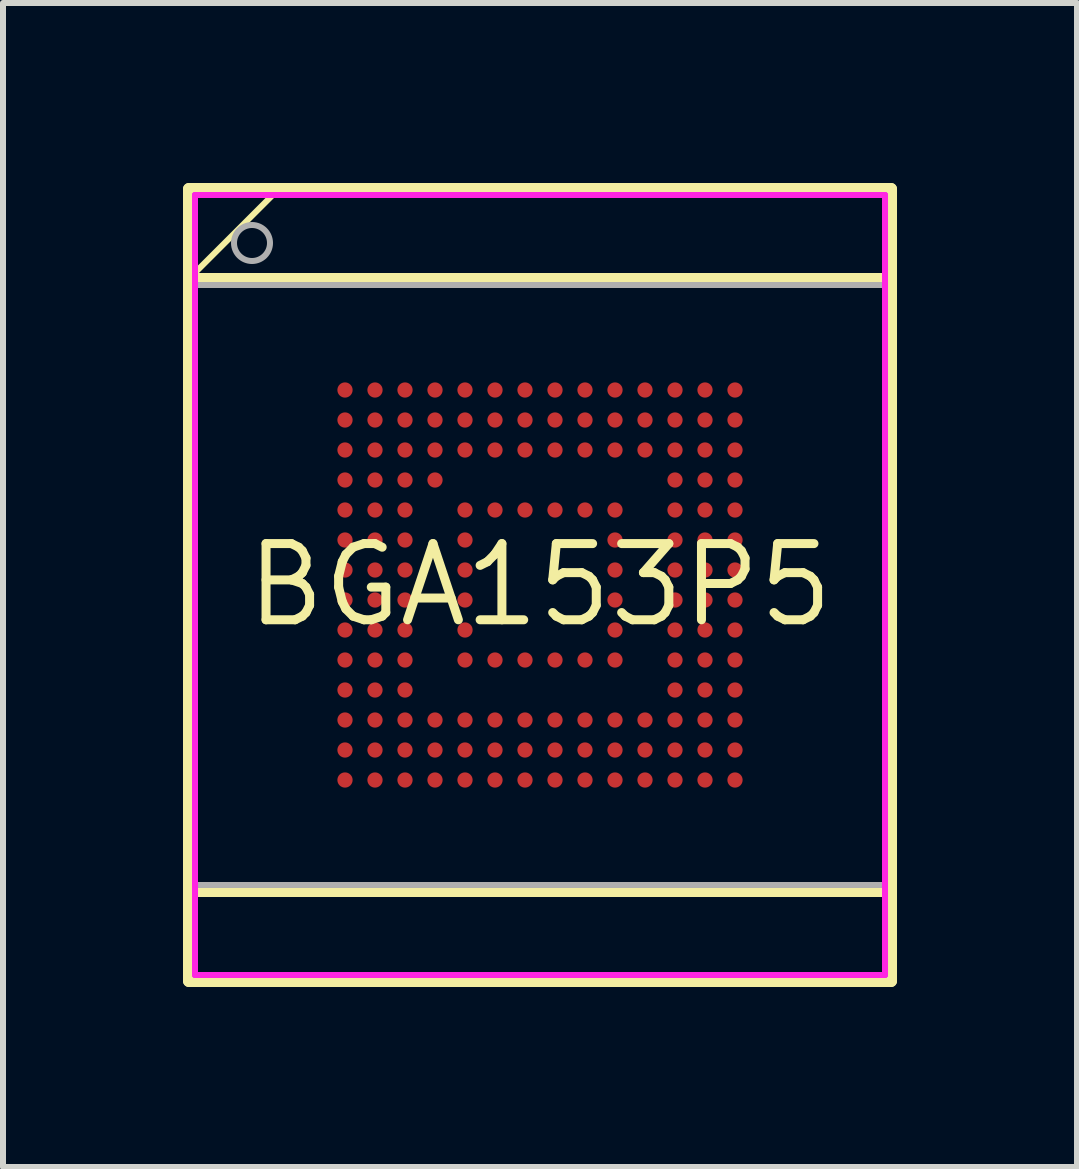
<source format=kicad_pcb>
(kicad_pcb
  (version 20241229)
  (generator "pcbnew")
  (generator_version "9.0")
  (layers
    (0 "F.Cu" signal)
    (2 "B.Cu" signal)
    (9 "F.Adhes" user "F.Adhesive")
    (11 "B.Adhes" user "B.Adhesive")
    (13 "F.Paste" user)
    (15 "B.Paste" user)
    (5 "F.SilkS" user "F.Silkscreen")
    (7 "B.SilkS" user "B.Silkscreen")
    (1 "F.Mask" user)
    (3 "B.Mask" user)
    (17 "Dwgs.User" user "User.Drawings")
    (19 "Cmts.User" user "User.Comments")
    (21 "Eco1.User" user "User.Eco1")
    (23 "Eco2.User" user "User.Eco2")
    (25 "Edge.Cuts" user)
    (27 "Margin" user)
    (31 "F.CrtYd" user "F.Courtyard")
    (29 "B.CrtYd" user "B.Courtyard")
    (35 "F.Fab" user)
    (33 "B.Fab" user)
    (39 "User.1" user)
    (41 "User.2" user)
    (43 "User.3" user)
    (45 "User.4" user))
  (footprint "BGA153P5"
    (layer "F.Cu")
    (at 5.95 6.7)
    (property "Reference" "BGA153P5" (at 0 0 0) (layer "F.SilkS") (effects (font (size 1.27 1.27) (thickness 0.15))))
    (fp_line (start -5.85 -6.6) (end -5.85 6.6) (stroke (width 0.2) (type solid)) (layer "F.SilkS"))
    (fp_line (start -5.85 5.1) (end 5.85 5.1) (stroke (width 0.2) (type solid)) (layer "F.SilkS"))
    (fp_line (start -5.85 6.6) (end 5.85 6.6) (stroke (width 0.2) (type solid)) (layer "F.SilkS"))
    (fp_line (start -5.822 -6.584) (end -5.822 -5.133) (stroke (width 0.1) (type solid)) (layer "F.SilkS"))
    (fp_line (start -5.822 -5.133) (end -4.371 -6.584) (stroke (width 0.1) (type solid)) (layer "F.SilkS"))
    (fp_line (start -4.371 -6.584) (end -5.822 -6.584) (stroke (width 0.1) (type solid)) (layer "F.SilkS"))
    (fp_line (start 5.85 -6.6) (end -5.85 -6.6) (stroke (width 0.2) (type solid)) (layer "F.SilkS"))
    (fp_line (start 5.85 -5.1) (end -5.85 -5.1) (stroke (width 0.2) (type solid)) (layer "F.SilkS"))
    (fp_line (start 5.85 6.6) (end 5.85 -6.6) (stroke (width 0.2) (type solid)) (layer "F.SilkS"))
    (fp_line (start -5.75 -6.5) (end 5.75 -6.5) (stroke (width 0.1) (type solid)) (layer "F.CrtYd"))
    (fp_line (start -5.75 6.5) (end -5.75 -6.5) (stroke (width 0.1) (type solid)) (layer "F.CrtYd"))
    (fp_line (start 5.75 -6.5) (end 5.75 6.5) (stroke (width 0.1) (type solid)) (layer "F.CrtYd"))
    (fp_line (start 5.75 6.5) (end -5.75 6.5) (stroke (width 0.1) (type solid)) (layer "F.CrtYd"))
    (fp_line (start -5.75 -6.5) (end 5.75 -6.5) (stroke (width 0.1) (type solid)) (layer "F.Fab"))
    (fp_line (start -5.75 -5) (end 5.75 -5) (stroke (width 0.1) (type solid)) (layer "F.Fab"))
    (fp_line (start -5.75 6.5) (end -5.75 -6.5) (stroke (width 0.1) (type solid)) (layer "F.Fab"))
    (fp_line (start 5.75 -6.5) (end 5.75 6.5) (stroke (width 0.1) (type solid)) (layer "F.Fab"))
    (fp_line (start 5.75 5) (end -5.75 5) (stroke (width 0.1) (type solid)) (layer "F.Fab"))
    (fp_line (start 5.75 6.5) (end -5.75 6.5) (stroke (width 0.1) (type solid)) (layer "F.Fab"))
    (fp_arc (start -4.500017 -5.699989) (mid -5.099967 -5.699981) (end -4.500017 -5.699989) (stroke (width 0.1) (type solid)) (layer "F.Fab"))
    (pad "A1" smd circle (at -3.25 -3.25) (size 0.254 0.254) (layers "F.Cu" "F.Mask" "F.Paste"))
    (pad "A2" smd circle (at -2.75 -3.25) (size 0.254 0.254) (layers "F.Cu" "F.Mask" "F.Paste"))
    (pad "A3" smd circle (at -2.25 -3.25) (size 0.254 0.254) (layers "F.Cu" "F.Mask" "F.Paste"))
    (pad "A4" smd circle (at -1.75 -3.25) (size 0.254 0.254) (layers "F.Cu" "F.Mask" "F.Paste"))
    (pad "A5" smd circle (at -1.25 -3.25) (size 0.254 0.254) (layers "F.Cu" "F.Mask" "F.Paste"))
    (pad "A6" smd circle (at -0.75 -3.25) (size 0.254 0.254) (layers "F.Cu" "F.Mask" "F.Paste"))
    (pad "A7" smd circle (at -0.25 -3.25) (size 0.254 0.254) (layers "F.Cu" "F.Mask" "F.Paste"))
    (pad "A8" smd circle (at 0.25 -3.25) (size 0.254 0.254) (layers "F.Cu" "F.Mask" "F.Paste"))
    (pad "A9" smd circle (at 0.75 -3.25) (size 0.254 0.254) (layers "F.Cu" "F.Mask" "F.Paste"))
    (pad "A10" smd circle (at 1.25 -3.25) (size 0.254 0.254) (layers "F.Cu" "F.Mask" "F.Paste"))
    (pad "A11" smd circle (at 1.75 -3.25) (size 0.254 0.254) (layers "F.Cu" "F.Mask" "F.Paste"))
    (pad "A12" smd circle (at 2.25 -3.25) (size 0.254 0.254) (layers "F.Cu" "F.Mask" "F.Paste"))
    (pad "A13" smd circle (at 2.75 -3.25) (size 0.254 0.254) (layers "F.Cu" "F.Mask" "F.Paste"))
    (pad "A14" smd circle (at 3.25 -3.25) (size 0.254 0.254) (layers "F.Cu" "F.Mask" "F.Paste"))
    (pad "B1" smd circle (at -3.25 -2.75) (size 0.254 0.254) (layers "F.Cu" "F.Mask" "F.Paste"))
    (pad "B2" smd circle (at -2.75 -2.75) (size 0.254 0.254) (layers "F.Cu" "F.Mask" "F.Paste"))
    (pad "B3" smd circle (at -2.25 -2.75) (size 0.254 0.254) (layers "F.Cu" "F.Mask" "F.Paste"))
    (pad "B4" smd circle (at -1.75 -2.75) (size 0.254 0.254) (layers "F.Cu" "F.Mask" "F.Paste"))
    (pad "B5" smd circle (at -1.25 -2.75) (size 0.254 0.254) (layers "F.Cu" "F.Mask" "F.Paste"))
    (pad "B6" smd circle (at -0.75 -2.75) (size 0.254 0.254) (layers "F.Cu" "F.Mask" "F.Paste"))
    (pad "B7" smd circle (at -0.25 -2.75) (size 0.254 0.254) (layers "F.Cu" "F.Mask" "F.Paste"))
    (pad "B8" smd circle (at 0.25 -2.75) (size 0.254 0.254) (layers "F.Cu" "F.Mask" "F.Paste"))
    (pad "B9" smd circle (at 0.75 -2.75) (size 0.254 0.254) (layers "F.Cu" "F.Mask" "F.Paste"))
    (pad "B10" smd circle (at 1.25 -2.75) (size 0.254 0.254) (layers "F.Cu" "F.Mask" "F.Paste"))
    (pad "B11" smd circle (at 1.75 -2.75) (size 0.254 0.254) (layers "F.Cu" "F.Mask" "F.Paste"))
    (pad "B12" smd circle (at 2.25 -2.75) (size 0.254 0.254) (layers "F.Cu" "F.Mask" "F.Paste"))
    (pad "B13" smd circle (at 2.75 -2.75) (size 0.254 0.254) (layers "F.Cu" "F.Mask" "F.Paste"))
    (pad "B14" smd circle (at 3.25 -2.75) (size 0.254 0.254) (layers "F.Cu" "F.Mask" "F.Paste"))
    (pad "C1" smd circle (at -3.25 -2.25) (size 0.254 0.254) (layers "F.Cu" "F.Mask" "F.Paste"))
    (pad "C2" smd circle (at -2.75 -2.25) (size 0.254 0.254) (layers "F.Cu" "F.Mask" "F.Paste"))
    (pad "C3" smd circle (at -2.25 -2.25) (size 0.254 0.254) (layers "F.Cu" "F.Mask" "F.Paste"))
    (pad "C4" smd circle (at -1.75 -2.25) (size 0.254 0.254) (layers "F.Cu" "F.Mask" "F.Paste"))
    (pad "C5" smd circle (at -1.25 -2.25) (size 0.254 0.254) (layers "F.Cu" "F.Mask" "F.Paste"))
    (pad "C6" smd circle (at -0.75 -2.25) (size 0.254 0.254) (layers "F.Cu" "F.Mask" "F.Paste"))
    (pad "C7" smd circle (at -0.25 -2.25) (size 0.254 0.254) (layers "F.Cu" "F.Mask" "F.Paste"))
    (pad "C8" smd circle (at 0.25 -2.25) (size 0.254 0.254) (layers "F.Cu" "F.Mask" "F.Paste"))
    (pad "C9" smd circle (at 0.75 -2.25) (size 0.254 0.254) (layers "F.Cu" "F.Mask" "F.Paste"))
    (pad "C10" smd circle (at 1.25 -2.25) (size 0.254 0.254) (layers "F.Cu" "F.Mask" "F.Paste"))
    (pad "C11" smd circle (at 1.75 -2.25) (size 0.254 0.254) (layers "F.Cu" "F.Mask" "F.Paste"))
    (pad "C12" smd circle (at 2.25 -2.25) (size 0.254 0.254) (layers "F.Cu" "F.Mask" "F.Paste"))
    (pad "C13" smd circle (at 2.75 -2.25) (size 0.254 0.254) (layers "F.Cu" "F.Mask" "F.Paste"))
    (pad "C14" smd circle (at 3.25 -2.25) (size 0.254 0.254) (layers "F.Cu" "F.Mask" "F.Paste"))
    (pad "D1" smd circle (at -3.25 -1.75) (size 0.254 0.254) (layers "F.Cu" "F.Mask" "F.Paste"))
    (pad "D2" smd circle (at -2.75 -1.75) (size 0.254 0.254) (layers "F.Cu" "F.Mask" "F.Paste"))
    (pad "D3" smd circle (at -2.25 -1.75) (size 0.254 0.254) (layers "F.Cu" "F.Mask" "F.Paste"))
    (pad "D4" smd circle (at -1.75 -1.75) (size 0.254 0.254) (layers "F.Cu" "F.Mask" "F.Paste"))
    (pad "D12" smd circle (at 2.25 -1.75) (size 0.254 0.254) (layers "F.Cu" "F.Mask" "F.Paste"))
    (pad "D13" smd circle (at 2.75 -1.75) (size 0.254 0.254) (layers "F.Cu" "F.Mask" "F.Paste"))
    (pad "D14" smd circle (at 3.25 -1.75) (size 0.254 0.254) (layers "F.Cu" "F.Mask" "F.Paste"))
    (pad "E1" smd circle (at -3.25 -1.25) (size 0.254 0.254) (layers "F.Cu" "F.Mask" "F.Paste"))
    (pad "E2" smd circle (at -2.75 -1.25) (size 0.254 0.254) (layers "F.Cu" "F.Mask" "F.Paste"))
    (pad "E3" smd circle (at -2.25 -1.25) (size 0.254 0.254) (layers "F.Cu" "F.Mask" "F.Paste"))
    (pad "E5" smd circle (at -1.25 -1.25) (size 0.254 0.254) (layers "F.Cu" "F.Mask" "F.Paste"))
    (pad "E6" smd circle (at -0.75 -1.25) (size 0.254 0.254) (layers "F.Cu" "F.Mask" "F.Paste"))
    (pad "E7" smd circle (at -0.25 -1.25) (size 0.254 0.254) (layers "F.Cu" "F.Mask" "F.Paste"))
    (pad "E8" smd circle (at 0.25 -1.25) (size 0.254 0.254) (layers "F.Cu" "F.Mask" "F.Paste"))
    (pad "E9" smd circle (at 0.75 -1.25) (size 0.254 0.254) (layers "F.Cu" "F.Mask" "F.Paste"))
    (pad "E10" smd circle (at 1.25 -1.25) (size 0.254 0.254) (layers "F.Cu" "F.Mask" "F.Paste"))
    (pad "E12" smd circle (at 2.25 -1.25) (size 0.254 0.254) (layers "F.Cu" "F.Mask" "F.Paste"))
    (pad "E13" smd circle (at 2.75 -1.25) (size 0.254 0.254) (layers "F.Cu" "F.Mask" "F.Paste"))
    (pad "E14" smd circle (at 3.25 -1.25) (size 0.254 0.254) (layers "F.Cu" "F.Mask" "F.Paste"))
    (pad "F1" smd circle (at -3.25 -0.75) (size 0.254 0.254) (layers "F.Cu" "F.Mask" "F.Paste"))
    (pad "F2" smd circle (at -2.75 -0.75) (size 0.254 0.254) (layers "F.Cu" "F.Mask" "F.Paste"))
    (pad "F3" smd circle (at -2.25 -0.75) (size 0.254 0.254) (layers "F.Cu" "F.Mask" "F.Paste"))
    (pad "F5" smd circle (at -1.25 -0.75) (size 0.254 0.254) (layers "F.Cu" "F.Mask" "F.Paste"))
    (pad "F10" smd circle (at 1.25 -0.75) (size 0.254 0.254) (layers "F.Cu" "F.Mask" "F.Paste"))
    (pad "F12" smd circle (at 2.25 -0.75) (size 0.254 0.254) (layers "F.Cu" "F.Mask" "F.Paste"))
    (pad "F13" smd circle (at 2.75 -0.75) (size 0.254 0.254) (layers "F.Cu" "F.Mask" "F.Paste"))
    (pad "F14" smd circle (at 3.25 -0.75) (size 0.254 0.254) (layers "F.Cu" "F.Mask" "F.Paste"))
    (pad "G1" smd circle (at -3.25 -0.25) (size 0.254 0.254) (layers "F.Cu" "F.Mask" "F.Paste"))
    (pad "G2" smd circle (at -2.75 -0.25) (size 0.254 0.254) (layers "F.Cu" "F.Mask" "F.Paste"))
    (pad "G3" smd circle (at -2.25 -0.25) (size 0.254 0.254) (layers "F.Cu" "F.Mask" "F.Paste"))
    (pad "G5" smd circle (at -1.25 -0.25) (size 0.254 0.254) (layers "F.Cu" "F.Mask" "F.Paste"))
    (pad "G10" smd circle (at 1.25 -0.25) (size 0.254 0.254) (layers "F.Cu" "F.Mask" "F.Paste"))
    (pad "G12" smd circle (at 2.25 -0.25) (size 0.254 0.254) (layers "F.Cu" "F.Mask" "F.Paste"))
    (pad "G13" smd circle (at 2.75 -0.25) (size 0.254 0.254) (layers "F.Cu" "F.Mask" "F.Paste"))
    (pad "G14" smd circle (at 3.25 -0.25) (size 0.254 0.254) (layers "F.Cu" "F.Mask" "F.Paste"))
    (pad "H1" smd circle (at -3.25 0.25) (size 0.254 0.254) (layers "F.Cu" "F.Mask" "F.Paste"))
    (pad "H2" smd circle (at -2.75 0.25) (size 0.254 0.254) (layers "F.Cu" "F.Mask" "F.Paste"))
    (pad "H3" smd circle (at -2.25 0.25) (size 0.254 0.254) (layers "F.Cu" "F.Mask" "F.Paste"))
    (pad "H5" smd circle (at -1.25 0.25) (size 0.254 0.254) (layers "F.Cu" "F.Mask" "F.Paste"))
    (pad "H10" smd circle (at 1.25 0.25) (size 0.254 0.254) (layers "F.Cu" "F.Mask" "F.Paste"))
    (pad "H12" smd circle (at 2.25 0.25) (size 0.254 0.254) (layers "F.Cu" "F.Mask" "F.Paste"))
    (pad "H13" smd circle (at 2.75 0.25) (size 0.254 0.254) (layers "F.Cu" "F.Mask" "F.Paste"))
    (pad "H14" smd circle (at 3.25 0.25) (size 0.254 0.254) (layers "F.Cu" "F.Mask" "F.Paste"))
    (pad "J1" smd circle (at -3.25 0.75) (size 0.254 0.254) (layers "F.Cu" "F.Mask" "F.Paste"))
    (pad "J2" smd circle (at -2.75 0.75) (size 0.254 0.254) (layers "F.Cu" "F.Mask" "F.Paste"))
    (pad "J3" smd circle (at -2.25 0.75) (size 0.254 0.254) (layers "F.Cu" "F.Mask" "F.Paste"))
    (pad "J5" smd circle (at -1.25 0.75) (size 0.254 0.254) (layers "F.Cu" "F.Mask" "F.Paste"))
    (pad "J10" smd circle (at 1.25 0.75) (size 0.254 0.254) (layers "F.Cu" "F.Mask" "F.Paste"))
    (pad "J12" smd circle (at 2.25 0.75) (size 0.254 0.254) (layers "F.Cu" "F.Mask" "F.Paste"))
    (pad "J13" smd circle (at 2.75 0.75) (size 0.254 0.254) (layers "F.Cu" "F.Mask" "F.Paste"))
    (pad "J14" smd circle (at 3.25 0.75) (size 0.254 0.254) (layers "F.Cu" "F.Mask" "F.Paste"))
    (pad "K1" smd circle (at -3.25 1.25) (size 0.254 0.254) (layers "F.Cu" "F.Mask" "F.Paste"))
    (pad "K2" smd circle (at -2.75 1.25) (size 0.254 0.254) (layers "F.Cu" "F.Mask" "F.Paste"))
    (pad "K3" smd circle (at -2.25 1.25) (size 0.254 0.254) (layers "F.Cu" "F.Mask" "F.Paste"))
    (pad "K5" smd circle (at -1.25 1.25) (size 0.254 0.254) (layers "F.Cu" "F.Mask" "F.Paste"))
    (pad "K6" smd circle (at -0.75 1.25) (size 0.254 0.254) (layers "F.Cu" "F.Mask" "F.Paste"))
    (pad "K7" smd circle (at -0.25 1.25) (size 0.254 0.254) (layers "F.Cu" "F.Mask" "F.Paste"))
    (pad "K8" smd circle (at 0.25 1.25) (size 0.254 0.254) (layers "F.Cu" "F.Mask" "F.Paste"))
    (pad "K9" smd circle (at 0.75 1.25) (size 0.254 0.254) (layers "F.Cu" "F.Mask" "F.Paste"))
    (pad "K10" smd circle (at 1.25 1.25) (size 0.254 0.254) (layers "F.Cu" "F.Mask" "F.Paste"))
    (pad "K12" smd circle (at 2.25 1.25) (size 0.254 0.254) (layers "F.Cu" "F.Mask" "F.Paste"))
    (pad "K13" smd circle (at 2.75 1.25) (size 0.254 0.254) (layers "F.Cu" "F.Mask" "F.Paste"))
    (pad "K14" smd circle (at 3.25 1.25) (size 0.254 0.254) (layers "F.Cu" "F.Mask" "F.Paste"))
    (pad "L1" smd circle (at -3.25 1.75) (size 0.254 0.254) (layers "F.Cu" "F.Mask" "F.Paste"))
    (pad "L2" smd circle (at -2.75 1.75) (size 0.254 0.254) (layers "F.Cu" "F.Mask" "F.Paste"))
    (pad "L3" smd circle (at -2.25 1.75) (size 0.254 0.254) (layers "F.Cu" "F.Mask" "F.Paste"))
    (pad "L12" smd circle (at 2.25 1.75) (size 0.254 0.254) (layers "F.Cu" "F.Mask" "F.Paste"))
    (pad "L13" smd circle (at 2.75 1.75) (size 0.254 0.254) (layers "F.Cu" "F.Mask" "F.Paste"))
    (pad "L14" smd circle (at 3.25 1.75) (size 0.254 0.254) (layers "F.Cu" "F.Mask" "F.Paste"))
    (pad "M1" smd circle (at -3.25 2.25) (size 0.254 0.254) (layers "F.Cu" "F.Mask" "F.Paste"))
    (pad "M2" smd circle (at -2.75 2.25) (size 0.254 0.254) (layers "F.Cu" "F.Mask" "F.Paste"))
    (pad "M3" smd circle (at -2.25 2.25) (size 0.254 0.254) (layers "F.Cu" "F.Mask" "F.Paste"))
    (pad "M4" smd circle (at -1.75 2.25) (size 0.254 0.254) (layers "F.Cu" "F.Mask" "F.Paste"))
    (pad "M5" smd circle (at -1.25 2.25) (size 0.254 0.254) (layers "F.Cu" "F.Mask" "F.Paste"))
    (pad "M6" smd circle (at -0.75 2.25) (size 0.254 0.254) (layers "F.Cu" "F.Mask" "F.Paste"))
    (pad "M7" smd circle (at -0.25 2.25) (size 0.254 0.254) (layers "F.Cu" "F.Mask" "F.Paste"))
    (pad "M8" smd circle (at 0.25 2.25) (size 0.254 0.254) (layers "F.Cu" "F.Mask" "F.Paste"))
    (pad "M9" smd circle (at 0.75 2.25) (size 0.254 0.254) (layers "F.Cu" "F.Mask" "F.Paste"))
    (pad "M10" smd circle (at 1.25 2.25) (size 0.254 0.254) (layers "F.Cu" "F.Mask" "F.Paste"))
    (pad "M11" smd circle (at 1.75 2.25) (size 0.254 0.254) (layers "F.Cu" "F.Mask" "F.Paste"))
    (pad "M12" smd circle (at 2.25 2.25) (size 0.254 0.254) (layers "F.Cu" "F.Mask" "F.Paste"))
    (pad "M13" smd circle (at 2.75 2.25) (size 0.254 0.254) (layers "F.Cu" "F.Mask" "F.Paste"))
    (pad "M14" smd circle (at 3.25 2.25) (size 0.254 0.254) (layers "F.Cu" "F.Mask" "F.Paste"))
    (pad "N1" smd circle (at -3.25 2.75) (size 0.254 0.254) (layers "F.Cu" "F.Mask" "F.Paste"))
    (pad "N2" smd circle (at -2.75 2.75) (size 0.254 0.254) (layers "F.Cu" "F.Mask" "F.Paste"))
    (pad "N3" smd circle (at -2.25 2.75) (size 0.254 0.254) (layers "F.Cu" "F.Mask" "F.Paste"))
    (pad "N4" smd circle (at -1.75 2.75) (size 0.254 0.254) (layers "F.Cu" "F.Mask" "F.Paste"))
    (pad "N5" smd circle (at -1.25 2.75) (size 0.254 0.254) (layers "F.Cu" "F.Mask" "F.Paste"))
    (pad "N6" smd circle (at -0.75 2.75) (size 0.254 0.254) (layers "F.Cu" "F.Mask" "F.Paste"))
    (pad "N7" smd circle (at -0.25 2.75) (size 0.254 0.254) (layers "F.Cu" "F.Mask" "F.Paste"))
    (pad "N8" smd circle (at 0.25 2.75) (size 0.254 0.254) (layers "F.Cu" "F.Mask" "F.Paste"))
    (pad "N9" smd circle (at 0.75 2.75) (size 0.254 0.254) (layers "F.Cu" "F.Mask" "F.Paste"))
    (pad "N10" smd circle (at 1.25 2.75) (size 0.254 0.254) (layers "F.Cu" "F.Mask" "F.Paste"))
    (pad "N11" smd circle (at 1.75 2.75) (size 0.254 0.254) (layers "F.Cu" "F.Mask" "F.Paste"))
    (pad "N12" smd circle (at 2.25 2.75) (size 0.254 0.254) (layers "F.Cu" "F.Mask" "F.Paste"))
    (pad "N13" smd circle (at 2.75 2.75) (size 0.254 0.254) (layers "F.Cu" "F.Mask" "F.Paste"))
    (pad "N14" smd circle (at 3.25 2.75) (size 0.254 0.254) (layers "F.Cu" "F.Mask" "F.Paste"))
    (pad "P1" smd circle (at -3.25 3.25) (size 0.254 0.254) (layers "F.Cu" "F.Mask" "F.Paste"))
    (pad "P2" smd circle (at -2.75 3.25) (size 0.254 0.254) (layers "F.Cu" "F.Mask" "F.Paste"))
    (pad "P3" smd circle (at -2.25 3.25) (size 0.254 0.254) (layers "F.Cu" "F.Mask" "F.Paste"))
    (pad "P4" smd circle (at -1.75 3.25) (size 0.254 0.254) (layers "F.Cu" "F.Mask" "F.Paste"))
    (pad "P5" smd circle (at -1.25 3.25) (size 0.254 0.254) (layers "F.Cu" "F.Mask" "F.Paste"))
    (pad "P6" smd circle (at -0.75 3.25) (size 0.254 0.254) (layers "F.Cu" "F.Mask" "F.Paste"))
    (pad "P7" smd circle (at -0.25 3.25) (size 0.254 0.254) (layers "F.Cu" "F.Mask" "F.Paste"))
    (pad "P8" smd circle (at 0.25 3.25) (size 0.254 0.254) (layers "F.Cu" "F.Mask" "F.Paste"))
    (pad "P9" smd circle (at 0.75 3.25) (size 0.254 0.254) (layers "F.Cu" "F.Mask" "F.Paste"))
    (pad "P10" smd circle (at 1.25 3.25) (size 0.254 0.254) (layers "F.Cu" "F.Mask" "F.Paste"))
    (pad "P11" smd circle (at 1.75 3.25) (size 0.254 0.254) (layers "F.Cu" "F.Mask" "F.Paste"))
    (pad "P12" smd circle (at 2.25 3.25) (size 0.254 0.254) (layers "F.Cu" "F.Mask" "F.Paste"))
    (pad "P13" smd circle (at 2.75 3.25) (size 0.254 0.254) (layers "F.Cu" "F.Mask" "F.Paste"))
    (pad "P14" smd circle (at 3.25 3.25) (size 0.254 0.254) (layers "F.Cu" "F.Mask" "F.Paste")))
  (gr_rect
    (start -3 -3)
    (end 14.9 16.4)
    (stroke (width 0.1) (type default))
    (fill no)
    (layer "Edge.Cuts")))
</source>
